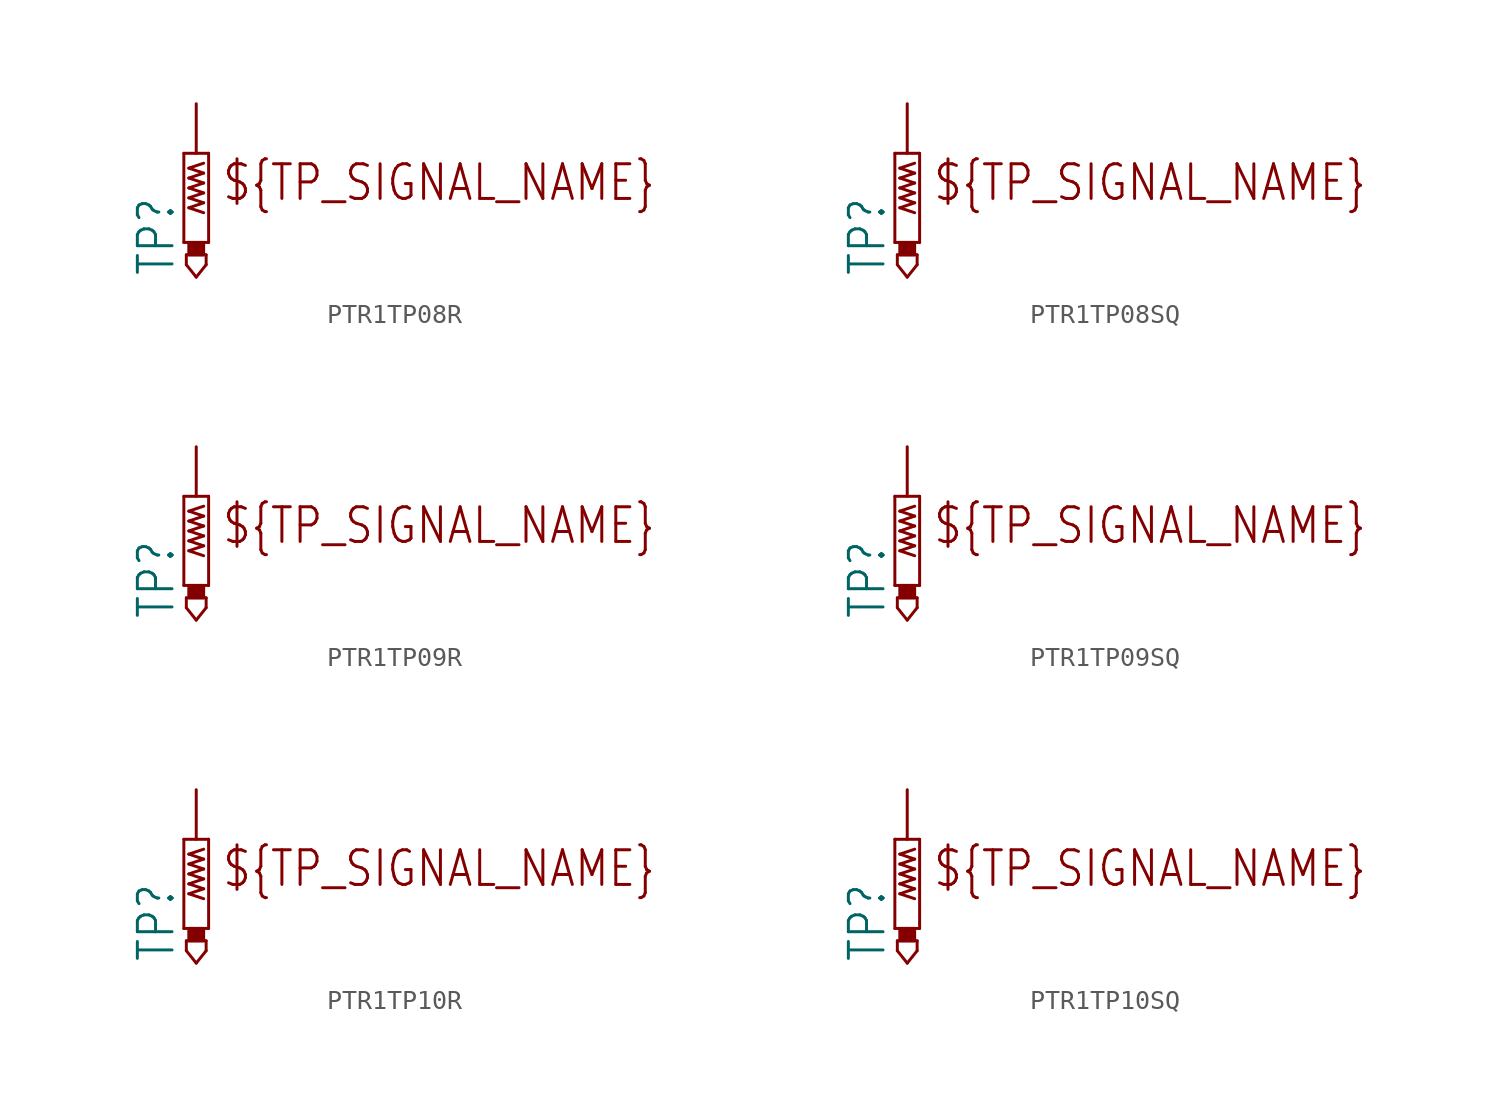
<source format=kicad_sym>
(kicad_symbol_lib
  (version 20241209)
  (generator "kicad_symbol_editor")
  (generator_version "9.0")
  (symbol "PTR1TP08R"
    (property "Reference" "TP"
      (at -1.016 -6.35 90)
      (effects (font (size 1.778 1.511)) (justify left bottom)))
    (property "ki_locked" ""
      (at 0 0 0)
      (effects (font (size 1.27 1.27))))
    (symbol "PTR1TP08R_1_0"
      (polyline (pts (xy -0.635 0) (xy -0.635 -4.572)) (stroke (width 0.152) (type solid)) (fill (type none)))
      (polyline (pts (xy -0.508 -5.207) (xy -0.508 -5.715)) (stroke (width 0.152) (type solid)) (fill (type none)))
      (polyline (pts (xy -0.508 -5.715) (xy 0 -6.35)) (stroke (width 0.152) (type solid)) (fill (type none)))
      (polyline (pts (xy -0.381 -0.762) (xy 0.381 -0.508)) (stroke (width 0.152) (type solid)) (fill (type none)))
      (polyline (pts (xy -0.381 -1.27) (xy 0.381 -1.016)) (stroke (width 0.152) (type solid)) (fill (type none)))
      (polyline (pts (xy -0.381 -1.778) (xy 0.381 -1.524)) (stroke (width 0.152) (type solid)) (fill (type none)))
      (polyline (pts (xy -0.381 -2.286) (xy 0.381 -2.032)) (stroke (width 0.152) (type solid)) (fill (type none)))
      (polyline (pts (xy -0.381 -2.794) (xy 0.381 -2.54)) (stroke (width 0.152) (type solid)) (fill (type none)))
      (rectangle (start -0.381 -5.207) (end 0.381 -4.572) (stroke (width 0) (type default)) (fill (type outline)))
      (polyline (pts (xy 0 -6.35) (xy 0.508 -5.715)) (stroke (width 0.152) (type solid)) (fill (type none)))
      (polyline (pts (xy 0.381 -1.016) (xy -0.381 -0.762)) (stroke (width 0.152) (type solid)) (fill (type none)))
      (polyline (pts (xy 0.381 -1.524) (xy -0.381 -1.27)) (stroke (width 0.152) (type solid)) (fill (type none)))
      (polyline (pts (xy 0.381 -2.032) (xy -0.381 -1.778)) (stroke (width 0.152) (type solid)) (fill (type none)))
      (polyline (pts (xy 0.381 -2.54) (xy -0.381 -2.286)) (stroke (width 0.152) (type solid)) (fill (type none)))
      (polyline (pts (xy 0.381 -3.048) (xy -0.381 -2.794)) (stroke (width 0.152) (type solid)) (fill (type none)))
      (polyline (pts (xy 0.508 -5.207) (xy -0.508 -5.207)) (stroke (width 0.152) (type solid)) (fill (type none)))
      (polyline (pts (xy 0.508 -5.715) (xy 0.508 -5.207)) (stroke (width 0.152) (type solid)) (fill (type none)))
      (polyline (pts (xy 0.635 0) (xy -0.635 0)) (stroke (width 0.152) (type solid)) (fill (type none)))
      (polyline (pts (xy 0.635 -4.572) (xy -0.635 -4.572)) (stroke (width 0.152) (type solid)) (fill (type none)))
      (polyline (pts (xy 0.635 -4.572) (xy 0.635 0)) (stroke (width 0.152) (type solid)) (fill (type none)))
      (text "${TP_SIGNAL_NAME}" (at 1.27 -2.54 0) (effects (font (size 1.778 1.511)) (justify left bottom)))
      (pin input line (at 0 2.54 270) (length 2.54) (name "TP" (effects (font (size 0 0)))) (number "TP" (effects (font (size 0 0)))))))
  (symbol "PTR1TP08SQ"
    (property "Reference" "TP"
      (at -1.016 -6.35 90)
      (effects (font (size 1.778 1.511)) (justify left bottom)))
    (property "ki_locked" ""
      (at 0 0 0)
      (effects (font (size 1.27 1.27))))
    (symbol "PTR1TP08SQ_1_0"
      (polyline (pts (xy -0.635 0) (xy -0.635 -4.572)) (stroke (width 0.152) (type solid)) (fill (type none)))
      (polyline (pts (xy -0.508 -5.207) (xy -0.508 -5.715)) (stroke (width 0.152) (type solid)) (fill (type none)))
      (polyline (pts (xy -0.508 -5.715) (xy 0 -6.35)) (stroke (width 0.152) (type solid)) (fill (type none)))
      (polyline (pts (xy -0.381 -0.762) (xy 0.381 -0.508)) (stroke (width 0.152) (type solid)) (fill (type none)))
      (polyline (pts (xy -0.381 -1.27) (xy 0.381 -1.016)) (stroke (width 0.152) (type solid)) (fill (type none)))
      (polyline (pts (xy -0.381 -1.778) (xy 0.381 -1.524)) (stroke (width 0.152) (type solid)) (fill (type none)))
      (polyline (pts (xy -0.381 -2.286) (xy 0.381 -2.032)) (stroke (width 0.152) (type solid)) (fill (type none)))
      (polyline (pts (xy -0.381 -2.794) (xy 0.381 -2.54)) (stroke (width 0.152) (type solid)) (fill (type none)))
      (rectangle (start -0.381 -5.207) (end 0.381 -4.572) (stroke (width 0) (type default)) (fill (type outline)))
      (polyline (pts (xy 0 -6.35) (xy 0.508 -5.715)) (stroke (width 0.152) (type solid)) (fill (type none)))
      (polyline (pts (xy 0.381 -1.016) (xy -0.381 -0.762)) (stroke (width 0.152) (type solid)) (fill (type none)))
      (polyline (pts (xy 0.381 -1.524) (xy -0.381 -1.27)) (stroke (width 0.152) (type solid)) (fill (type none)))
      (polyline (pts (xy 0.381 -2.032) (xy -0.381 -1.778)) (stroke (width 0.152) (type solid)) (fill (type none)))
      (polyline (pts (xy 0.381 -2.54) (xy -0.381 -2.286)) (stroke (width 0.152) (type solid)) (fill (type none)))
      (polyline (pts (xy 0.381 -3.048) (xy -0.381 -2.794)) (stroke (width 0.152) (type solid)) (fill (type none)))
      (polyline (pts (xy 0.508 -5.207) (xy -0.508 -5.207)) (stroke (width 0.152) (type solid)) (fill (type none)))
      (polyline (pts (xy 0.508 -5.715) (xy 0.508 -5.207)) (stroke (width 0.152) (type solid)) (fill (type none)))
      (polyline (pts (xy 0.635 0) (xy -0.635 0)) (stroke (width 0.152) (type solid)) (fill (type none)))
      (polyline (pts (xy 0.635 -4.572) (xy -0.635 -4.572)) (stroke (width 0.152) (type solid)) (fill (type none)))
      (polyline (pts (xy 0.635 -4.572) (xy 0.635 0)) (stroke (width 0.152) (type solid)) (fill (type none)))
      (text "${TP_SIGNAL_NAME}" (at 1.27 -2.54 0) (effects (font (size 1.778 1.511)) (justify left bottom)))
      (pin input line (at 0 2.54 270) (length 2.54) (name "TP" (effects (font (size 0 0)))) (number "TP" (effects (font (size 0 0)))))))
  (symbol "PTR1TP09R"
    (property "Reference" "TP"
      (at -1.016 -6.35 90)
      (effects (font (size 1.778 1.511)) (justify left bottom)))
    (property "ki_locked" ""
      (at 0 0 0)
      (effects (font (size 1.27 1.27))))
    (symbol "PTR1TP09R_1_0"
      (polyline (pts (xy -0.635 0) (xy -0.635 -4.572)) (stroke (width 0.152) (type solid)) (fill (type none)))
      (polyline (pts (xy -0.508 -5.207) (xy -0.508 -5.715)) (stroke (width 0.152) (type solid)) (fill (type none)))
      (polyline (pts (xy -0.508 -5.715) (xy 0 -6.35)) (stroke (width 0.152) (type solid)) (fill (type none)))
      (polyline (pts (xy -0.381 -0.762) (xy 0.381 -0.508)) (stroke (width 0.152) (type solid)) (fill (type none)))
      (polyline (pts (xy -0.381 -1.27) (xy 0.381 -1.016)) (stroke (width 0.152) (type solid)) (fill (type none)))
      (polyline (pts (xy -0.381 -1.778) (xy 0.381 -1.524)) (stroke (width 0.152) (type solid)) (fill (type none)))
      (polyline (pts (xy -0.381 -2.286) (xy 0.381 -2.032)) (stroke (width 0.152) (type solid)) (fill (type none)))
      (polyline (pts (xy -0.381 -2.794) (xy 0.381 -2.54)) (stroke (width 0.152) (type solid)) (fill (type none)))
      (rectangle (start -0.381 -5.207) (end 0.381 -4.572) (stroke (width 0) (type default)) (fill (type outline)))
      (polyline (pts (xy 0 -6.35) (xy 0.508 -5.715)) (stroke (width 0.152) (type solid)) (fill (type none)))
      (polyline (pts (xy 0.381 -1.016) (xy -0.381 -0.762)) (stroke (width 0.152) (type solid)) (fill (type none)))
      (polyline (pts (xy 0.381 -1.524) (xy -0.381 -1.27)) (stroke (width 0.152) (type solid)) (fill (type none)))
      (polyline (pts (xy 0.381 -2.032) (xy -0.381 -1.778)) (stroke (width 0.152) (type solid)) (fill (type none)))
      (polyline (pts (xy 0.381 -2.54) (xy -0.381 -2.286)) (stroke (width 0.152) (type solid)) (fill (type none)))
      (polyline (pts (xy 0.381 -3.048) (xy -0.381 -2.794)) (stroke (width 0.152) (type solid)) (fill (type none)))
      (polyline (pts (xy 0.508 -5.207) (xy -0.508 -5.207)) (stroke (width 0.152) (type solid)) (fill (type none)))
      (polyline (pts (xy 0.508 -5.715) (xy 0.508 -5.207)) (stroke (width 0.152) (type solid)) (fill (type none)))
      (polyline (pts (xy 0.635 0) (xy -0.635 0)) (stroke (width 0.152) (type solid)) (fill (type none)))
      (polyline (pts (xy 0.635 -4.572) (xy -0.635 -4.572)) (stroke (width 0.152) (type solid)) (fill (type none)))
      (polyline (pts (xy 0.635 -4.572) (xy 0.635 0)) (stroke (width 0.152) (type solid)) (fill (type none)))
      (text "${TP_SIGNAL_NAME}" (at 1.27 -2.54 0) (effects (font (size 1.778 1.511)) (justify left bottom)))
      (pin input line (at 0 2.54 270) (length 2.54) (name "TP" (effects (font (size 0 0)))) (number "TP" (effects (font (size 0 0)))))))
  (symbol "PTR1TP09SQ"
    (property "Reference" "TP"
      (at -1.016 -6.35 90)
      (effects (font (size 1.778 1.511)) (justify left bottom)))
    (property "ki_locked" ""
      (at 0 0 0)
      (effects (font (size 1.27 1.27))))
    (symbol "PTR1TP09SQ_1_0"
      (polyline (pts (xy -0.635 0) (xy -0.635 -4.572)) (stroke (width 0.152) (type solid)) (fill (type none)))
      (polyline (pts (xy -0.508 -5.207) (xy -0.508 -5.715)) (stroke (width 0.152) (type solid)) (fill (type none)))
      (polyline (pts (xy -0.508 -5.715) (xy 0 -6.35)) (stroke (width 0.152) (type solid)) (fill (type none)))
      (polyline (pts (xy -0.381 -0.762) (xy 0.381 -0.508)) (stroke (width 0.152) (type solid)) (fill (type none)))
      (polyline (pts (xy -0.381 -1.27) (xy 0.381 -1.016)) (stroke (width 0.152) (type solid)) (fill (type none)))
      (polyline (pts (xy -0.381 -1.778) (xy 0.381 -1.524)) (stroke (width 0.152) (type solid)) (fill (type none)))
      (polyline (pts (xy -0.381 -2.286) (xy 0.381 -2.032)) (stroke (width 0.152) (type solid)) (fill (type none)))
      (polyline (pts (xy -0.381 -2.794) (xy 0.381 -2.54)) (stroke (width 0.152) (type solid)) (fill (type none)))
      (rectangle (start -0.381 -5.207) (end 0.381 -4.572) (stroke (width 0) (type default)) (fill (type outline)))
      (polyline (pts (xy 0 -6.35) (xy 0.508 -5.715)) (stroke (width 0.152) (type solid)) (fill (type none)))
      (polyline (pts (xy 0.381 -1.016) (xy -0.381 -0.762)) (stroke (width 0.152) (type solid)) (fill (type none)))
      (polyline (pts (xy 0.381 -1.524) (xy -0.381 -1.27)) (stroke (width 0.152) (type solid)) (fill (type none)))
      (polyline (pts (xy 0.381 -2.032) (xy -0.381 -1.778)) (stroke (width 0.152) (type solid)) (fill (type none)))
      (polyline (pts (xy 0.381 -2.54) (xy -0.381 -2.286)) (stroke (width 0.152) (type solid)) (fill (type none)))
      (polyline (pts (xy 0.381 -3.048) (xy -0.381 -2.794)) (stroke (width 0.152) (type solid)) (fill (type none)))
      (polyline (pts (xy 0.508 -5.207) (xy -0.508 -5.207)) (stroke (width 0.152) (type solid)) (fill (type none)))
      (polyline (pts (xy 0.508 -5.715) (xy 0.508 -5.207)) (stroke (width 0.152) (type solid)) (fill (type none)))
      (polyline (pts (xy 0.635 0) (xy -0.635 0)) (stroke (width 0.152) (type solid)) (fill (type none)))
      (polyline (pts (xy 0.635 -4.572) (xy -0.635 -4.572)) (stroke (width 0.152) (type solid)) (fill (type none)))
      (polyline (pts (xy 0.635 -4.572) (xy 0.635 0)) (stroke (width 0.152) (type solid)) (fill (type none)))
      (text "${TP_SIGNAL_NAME}" (at 1.27 -2.54 0) (effects (font (size 1.778 1.511)) (justify left bottom)))
      (pin input line (at 0 2.54 270) (length 2.54) (name "TP" (effects (font (size 0 0)))) (number "TP" (effects (font (size 0 0)))))))
  (symbol "PTR1TP10R"
    (property "Reference" "TP"
      (at -1.016 -6.35 90)
      (effects (font (size 1.778 1.511)) (justify left bottom)))
    (property "ki_locked" ""
      (at 0 0 0)
      (effects (font (size 1.27 1.27))))
    (symbol "PTR1TP10R_1_0"
      (polyline (pts (xy -0.635 0) (xy -0.635 -4.572)) (stroke (width 0.152) (type solid)) (fill (type none)))
      (polyline (pts (xy -0.508 -5.207) (xy -0.508 -5.715)) (stroke (width 0.152) (type solid)) (fill (type none)))
      (polyline (pts (xy -0.508 -5.715) (xy 0 -6.35)) (stroke (width 0.152) (type solid)) (fill (type none)))
      (polyline (pts (xy -0.381 -0.762) (xy 0.381 -0.508)) (stroke (width 0.152) (type solid)) (fill (type none)))
      (polyline (pts (xy -0.381 -1.27) (xy 0.381 -1.016)) (stroke (width 0.152) (type solid)) (fill (type none)))
      (polyline (pts (xy -0.381 -1.778) (xy 0.381 -1.524)) (stroke (width 0.152) (type solid)) (fill (type none)))
      (polyline (pts (xy -0.381 -2.286) (xy 0.381 -2.032)) (stroke (width 0.152) (type solid)) (fill (type none)))
      (polyline (pts (xy -0.381 -2.794) (xy 0.381 -2.54)) (stroke (width 0.152) (type solid)) (fill (type none)))
      (rectangle (start -0.381 -5.207) (end 0.381 -4.572) (stroke (width 0) (type default)) (fill (type outline)))
      (polyline (pts (xy 0 -6.35) (xy 0.508 -5.715)) (stroke (width 0.152) (type solid)) (fill (type none)))
      (polyline (pts (xy 0.381 -1.016) (xy -0.381 -0.762)) (stroke (width 0.152) (type solid)) (fill (type none)))
      (polyline (pts (xy 0.381 -1.524) (xy -0.381 -1.27)) (stroke (width 0.152) (type solid)) (fill (type none)))
      (polyline (pts (xy 0.381 -2.032) (xy -0.381 -1.778)) (stroke (width 0.152) (type solid)) (fill (type none)))
      (polyline (pts (xy 0.381 -2.54) (xy -0.381 -2.286)) (stroke (width 0.152) (type solid)) (fill (type none)))
      (polyline (pts (xy 0.381 -3.048) (xy -0.381 -2.794)) (stroke (width 0.152) (type solid)) (fill (type none)))
      (polyline (pts (xy 0.508 -5.207) (xy -0.508 -5.207)) (stroke (width 0.152) (type solid)) (fill (type none)))
      (polyline (pts (xy 0.508 -5.715) (xy 0.508 -5.207)) (stroke (width 0.152) (type solid)) (fill (type none)))
      (polyline (pts (xy 0.635 0) (xy -0.635 0)) (stroke (width 0.152) (type solid)) (fill (type none)))
      (polyline (pts (xy 0.635 -4.572) (xy -0.635 -4.572)) (stroke (width 0.152) (type solid)) (fill (type none)))
      (polyline (pts (xy 0.635 -4.572) (xy 0.635 0)) (stroke (width 0.152) (type solid)) (fill (type none)))
      (text "${TP_SIGNAL_NAME}" (at 1.27 -2.54 0) (effects (font (size 1.778 1.511)) (justify left bottom)))
      (pin input line (at 0 2.54 270) (length 2.54) (name "TP" (effects (font (size 0 0)))) (number "TP" (effects (font (size 0 0)))))))
  (symbol "PTR1TP10SQ"
    (property "Reference" "TP"
      (at -1.016 -6.35 90)
      (effects (font (size 1.778 1.511)) (justify left bottom)))
    (property "ki_locked" ""
      (at 0 0 0)
      (effects (font (size 1.27 1.27))))
    (symbol "PTR1TP10SQ_1_0"
      (polyline (pts (xy -0.635 0) (xy -0.635 -4.572)) (stroke (width 0.152) (type solid)) (fill (type none)))
      (polyline (pts (xy -0.508 -5.207) (xy -0.508 -5.715)) (stroke (width 0.152) (type solid)) (fill (type none)))
      (polyline (pts (xy -0.508 -5.715) (xy 0 -6.35)) (stroke (width 0.152) (type solid)) (fill (type none)))
      (polyline (pts (xy -0.381 -0.762) (xy 0.381 -0.508)) (stroke (width 0.152) (type solid)) (fill (type none)))
      (polyline (pts (xy -0.381 -1.27) (xy 0.381 -1.016)) (stroke (width 0.152) (type solid)) (fill (type none)))
      (polyline (pts (xy -0.381 -1.778) (xy 0.381 -1.524)) (stroke (width 0.152) (type solid)) (fill (type none)))
      (polyline (pts (xy -0.381 -2.286) (xy 0.381 -2.032)) (stroke (width 0.152) (type solid)) (fill (type none)))
      (polyline (pts (xy -0.381 -2.794) (xy 0.381 -2.54)) (stroke (width 0.152) (type solid)) (fill (type none)))
      (rectangle (start -0.381 -5.207) (end 0.381 -4.572) (stroke (width 0) (type default)) (fill (type outline)))
      (polyline (pts (xy 0 -6.35) (xy 0.508 -5.715)) (stroke (width 0.152) (type solid)) (fill (type none)))
      (polyline (pts (xy 0.381 -1.016) (xy -0.381 -0.762)) (stroke (width 0.152) (type solid)) (fill (type none)))
      (polyline (pts (xy 0.381 -1.524) (xy -0.381 -1.27)) (stroke (width 0.152) (type solid)) (fill (type none)))
      (polyline (pts (xy 0.381 -2.032) (xy -0.381 -1.778)) (stroke (width 0.152) (type solid)) (fill (type none)))
      (polyline (pts (xy 0.381 -2.54) (xy -0.381 -2.286)) (stroke (width 0.152) (type solid)) (fill (type none)))
      (polyline (pts (xy 0.381 -3.048) (xy -0.381 -2.794)) (stroke (width 0.152) (type solid)) (fill (type none)))
      (polyline (pts (xy 0.508 -5.207) (xy -0.508 -5.207)) (stroke (width 0.152) (type solid)) (fill (type none)))
      (polyline (pts (xy 0.508 -5.715) (xy 0.508 -5.207)) (stroke (width 0.152) (type solid)) (fill (type none)))
      (polyline (pts (xy 0.635 0) (xy -0.635 0)) (stroke (width 0.152) (type solid)) (fill (type none)))
      (polyline (pts (xy 0.635 -4.572) (xy -0.635 -4.572)) (stroke (width 0.152) (type solid)) (fill (type none)))
      (polyline (pts (xy 0.635 -4.572) (xy 0.635 0)) (stroke (width 0.152) (type solid)) (fill (type none)))
      (text "${TP_SIGNAL_NAME}" (at 1.27 -2.54 0) (effects (font (size 1.778 1.511)) (justify left bottom)))
      (pin input line (at 0 2.54 270) (length 2.54) (name "TP" (effects (font (size 0 0)))) (number "TP" (effects (font (size 0 0))))))))
</source>
